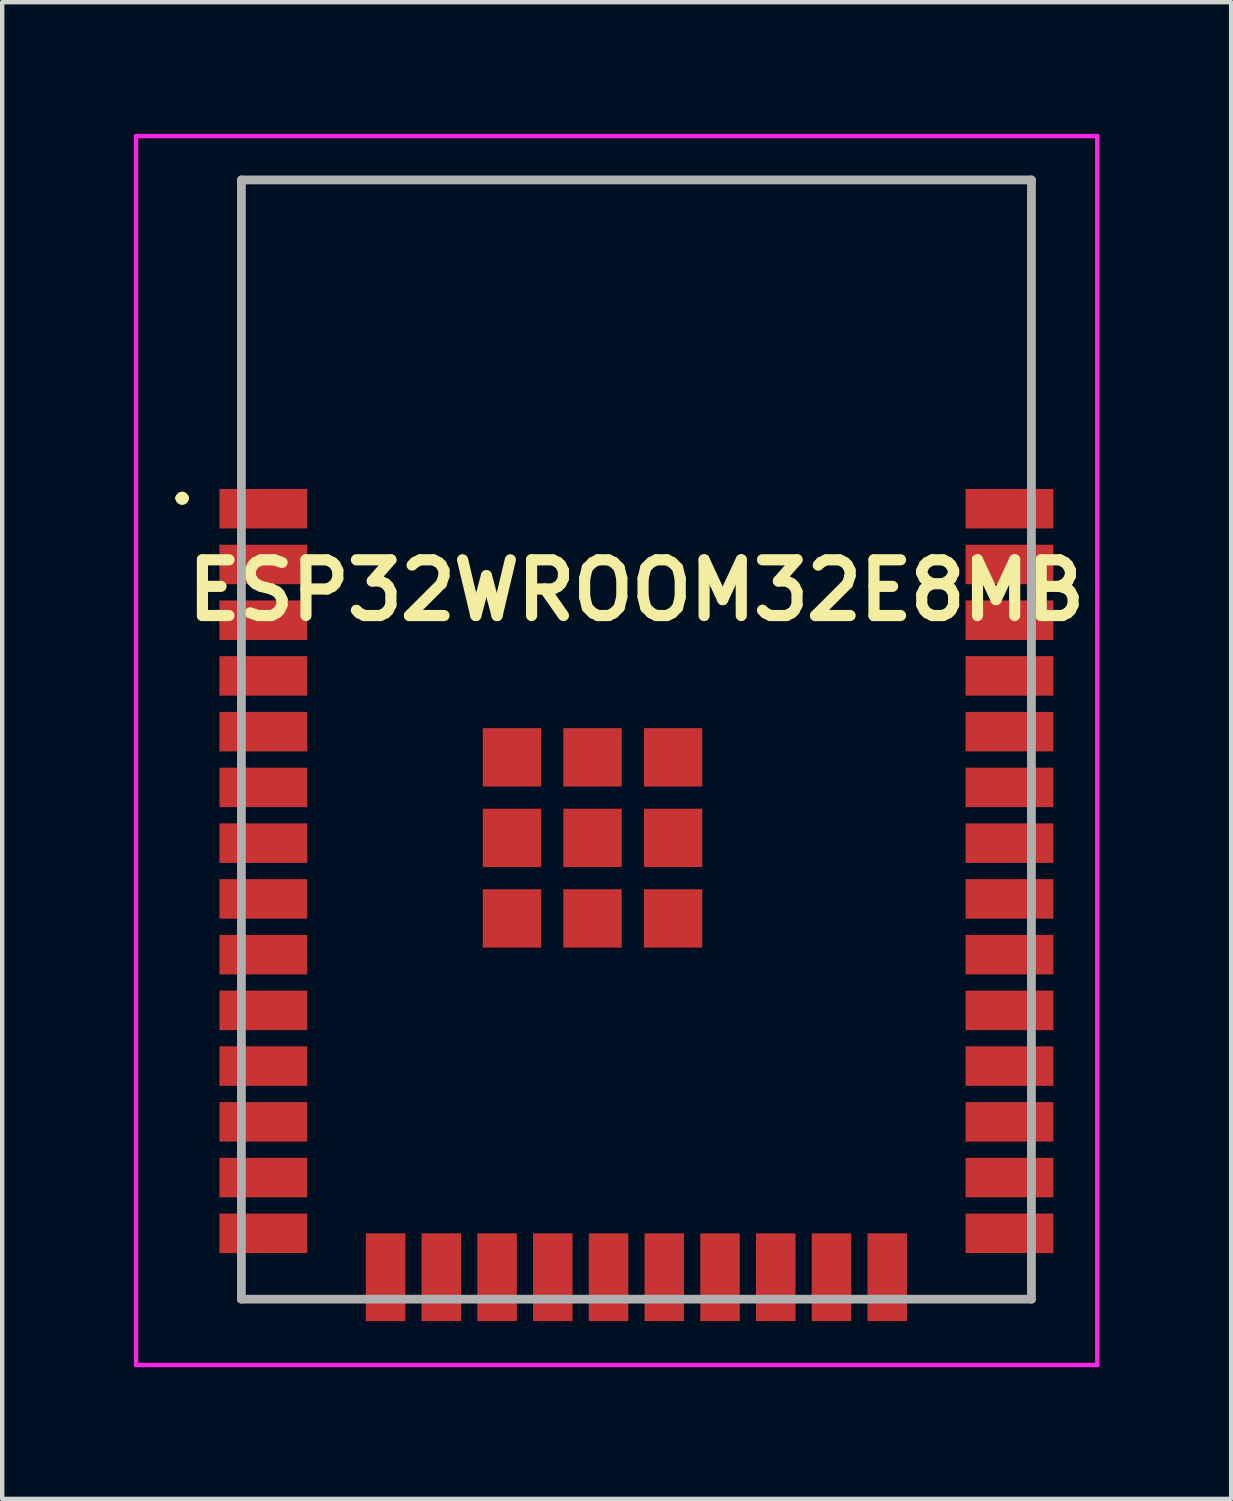
<source format=kicad_pcb>
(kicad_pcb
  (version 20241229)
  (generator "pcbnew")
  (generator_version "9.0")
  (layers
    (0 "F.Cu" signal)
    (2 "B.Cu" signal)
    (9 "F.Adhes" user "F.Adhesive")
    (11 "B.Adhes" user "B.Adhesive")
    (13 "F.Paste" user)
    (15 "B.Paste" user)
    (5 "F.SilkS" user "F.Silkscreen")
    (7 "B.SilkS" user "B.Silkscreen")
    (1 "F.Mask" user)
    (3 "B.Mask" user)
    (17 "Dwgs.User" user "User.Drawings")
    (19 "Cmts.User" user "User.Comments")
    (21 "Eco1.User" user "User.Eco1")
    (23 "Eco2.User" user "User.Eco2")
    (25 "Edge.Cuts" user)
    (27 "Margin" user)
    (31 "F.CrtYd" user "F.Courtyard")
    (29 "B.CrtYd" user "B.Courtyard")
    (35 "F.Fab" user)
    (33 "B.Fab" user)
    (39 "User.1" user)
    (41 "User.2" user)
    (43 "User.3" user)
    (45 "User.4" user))
  (footprint "ESP32WROOM32E8MB"
    (layer "F.Cu")
    (at 11.45 13.8)
    (property "Reference" "ESP32WROOM32E8MB" (at 0 -3.4 0) (layer "F.SilkS") (effects (font (size 1.27 1.27) (thickness 0.254))))
    (attr smd)
    (fp_line (start -10.4 -5.5) (end -10.4 -5.5) (stroke (width 0.2) (type solid)) (layer "F.SilkS"))
    (fp_line (start -10.4 -5.5) (end -10.4 -5.5) (stroke (width 0.2) (type solid)) (layer "F.SilkS"))
    (fp_line (start -10.3 -5.5) (end -10.3 -5.5) (stroke (width 0.2) (type solid)) (layer "F.SilkS"))
    (fp_line (start -9 -12.75) (end -9 -12.75) (stroke (width 0.1) (type solid)) (layer "F.SilkS"))
    (fp_line (start -9 -12.75) (end -9 -12.75) (stroke (width 0.1) (type solid)) (layer "F.SilkS"))
    (fp_line (start -9 -12.75) (end -9 -6.25) (stroke (width 0.1) (type solid)) (layer "F.SilkS"))
    (fp_line (start -9 -12.75) (end 9 -12.75) (stroke (width 0.1) (type solid)) (layer "F.SilkS"))
    (fp_line (start -9 -6.25) (end -9 -12.75) (stroke (width 0.1) (type solid)) (layer "F.SilkS"))
    (fp_line (start -9 -6.25) (end -9 -6.25) (stroke (width 0.1) (type solid)) (layer "F.SilkS"))
    (fp_line (start -9 12.25) (end -9 12.25) (stroke (width 0.1) (type solid)) (layer "F.SilkS"))
    (fp_line (start -9 12.25) (end -9 12.75) (stroke (width 0.1) (type solid)) (layer "F.SilkS"))
    (fp_line (start -9 12.75) (end -9 12.25) (stroke (width 0.1) (type solid)) (layer "F.SilkS"))
    (fp_line (start -9 12.75) (end -9 12.75) (stroke (width 0.1) (type solid)) (layer "F.SilkS"))
    (fp_line (start -9 12.75) (end -9 12.75) (stroke (width 0.1) (type solid)) (layer "F.SilkS"))
    (fp_line (start -9 12.75) (end -6.75 12.75) (stroke (width 0.1) (type solid)) (layer "F.SilkS"))
    (fp_line (start -6.75 12.75) (end -9 12.75) (stroke (width 0.1) (type solid)) (layer "F.SilkS"))
    (fp_line (start -6.75 12.75) (end -6.75 12.75) (stroke (width 0.1) (type solid)) (layer "F.SilkS"))
    (fp_line (start 6.75 12.75) (end 6.75 12.75) (stroke (width 0.1) (type solid)) (layer "F.SilkS"))
    (fp_line (start 6.75 12.75) (end 9 12.75) (stroke (width 0.1) (type solid)) (layer "F.SilkS"))
    (fp_line (start 9 -12.75) (end -9 -12.75) (stroke (width 0.1) (type solid)) (layer "F.SilkS"))
    (fp_line (start 9 -12.75) (end 9 -12.75) (stroke (width 0.1) (type solid)) (layer "F.SilkS"))
    (fp_line (start 9 -12.75) (end 9 -12.75) (stroke (width 0.1) (type solid)) (layer "F.SilkS"))
    (fp_line (start 9 -12.75) (end 9 -6.5) (stroke (width 0.1) (type solid)) (layer "F.SilkS"))
    (fp_line (start 9 -6.5) (end 9 -12.75) (stroke (width 0.1) (type solid)) (layer "F.SilkS"))
    (fp_line (start 9 -6.5) (end 9 -6.5) (stroke (width 0.1) (type solid)) (layer "F.SilkS"))
    (fp_line (start 9 12.25) (end 9 12.25) (stroke (width 0.1) (type solid)) (layer "F.SilkS"))
    (fp_line (start 9 12.25) (end 9 12.75) (stroke (width 0.1) (type solid)) (layer "F.SilkS"))
    (fp_line (start 9 12.75) (end 6.75 12.75) (stroke (width 0.1) (type solid)) (layer "F.SilkS"))
    (fp_line (start 9 12.75) (end 9 12.25) (stroke (width 0.1) (type solid)) (layer "F.SilkS"))
    (fp_line (start 9 12.75) (end 9 12.75) (stroke (width 0.1) (type solid)) (layer "F.SilkS"))
    (fp_line (start 9 12.75) (end 9 12.75) (stroke (width 0.1) (type solid)) (layer "F.SilkS"))
    (fp_arc (start -10.4 -5.5) (mid -10.35 -5.55) (end -10.3 -5.5) (stroke (width 0.2) (type solid)) (layer "F.SilkS"))
    (fp_arc (start -10.3 -5.5) (mid -10.35 -5.45) (end -10.4 -5.5) (stroke (width 0.2) (type solid)) (layer "F.SilkS"))
    (fp_arc (start -10.3 -5.5) (mid -10.35 -5.45) (end -10.4 -5.5) (stroke (width 0.2) (type solid)) (layer "F.SilkS"))
    (fp_line (start -11.4 -13.75) (end 10.5 -13.75) (stroke (width 0.1) (type solid)) (layer "F.CrtYd"))
    (fp_line (start -11.4 14.25) (end -11.4 -13.75) (stroke (width 0.1) (type solid)) (layer "F.CrtYd"))
    (fp_line (start 10.5 -13.75) (end 10.5 14.25) (stroke (width 0.1) (type solid)) (layer "F.CrtYd"))
    (fp_line (start 10.5 14.25) (end -11.4 14.25) (stroke (width 0.1) (type solid)) (layer "F.CrtYd"))
    (fp_line (start -9 -12.75) (end -9 12.75) (stroke (width 0.2) (type solid)) (layer "F.Fab"))
    (fp_line (start -9 12.75) (end 9 12.75) (stroke (width 0.2) (type solid)) (layer "F.Fab"))
    (fp_line (start 9 -12.75) (end -9 -12.75) (stroke (width 0.2) (type solid)) (layer "F.Fab"))
    (fp_line (start 9 12.75) (end 9 -12.75) (stroke (width 0.2) (type solid)) (layer "F.Fab"))
    (pad "1" smd rect (at -8.5 -5.26 90) (size 0.9 2) (layers "F.Cu" "F.Mask" "F.Paste"))
    (pad "2" smd rect (at -8.5 -3.99 90) (size 0.9 2) (layers "F.Cu" "F.Mask" "F.Paste"))
    (pad "3" smd rect (at -8.5 -2.72 90) (size 0.9 2) (layers "F.Cu" "F.Mask" "F.Paste"))
    (pad "4" smd rect (at -8.5 -1.45 90) (size 0.9 2) (layers "F.Cu" "F.Mask" "F.Paste"))
    (pad "5" smd rect (at -8.5 -0.18 90) (size 0.9 2) (layers "F.Cu" "F.Mask" "F.Paste"))
    (pad "6" smd rect (at -8.5 1.09 90) (size 0.9 2) (layers "F.Cu" "F.Mask" "F.Paste"))
    (pad "7" smd rect (at -8.5 2.36 90) (size 0.9 2) (layers "F.Cu" "F.Mask" "F.Paste"))
    (pad "8" smd rect (at -8.5 3.63 90) (size 0.9 2) (layers "F.Cu" "F.Mask" "F.Paste"))
    (pad "9" smd rect (at -8.5 4.9 90) (size 0.9 2) (layers "F.Cu" "F.Mask" "F.Paste"))
    (pad "10" smd rect (at -8.5 6.17 90) (size 0.9 2) (layers "F.Cu" "F.Mask" "F.Paste"))
    (pad "11" smd rect (at -8.5 7.44 90) (size 0.9 2) (layers "F.Cu" "F.Mask" "F.Paste"))
    (pad "12" smd rect (at -8.5 8.71 90) (size 0.9 2) (layers "F.Cu" "F.Mask" "F.Paste"))
    (pad "13" smd rect (at -8.5 9.98 90) (size 0.9 2) (layers "F.Cu" "F.Mask" "F.Paste"))
    (pad "14" smd rect (at -8.5 11.25 90) (size 0.9 2) (layers "F.Cu" "F.Mask" "F.Paste"))
    (pad "15" smd rect (at -5.715 12.25) (size 0.9 2) (layers "F.Cu" "F.Mask" "F.Paste"))
    (pad "16" smd rect (at -4.445 12.25) (size 0.9 2) (layers "F.Cu" "F.Mask" "F.Paste"))
    (pad "17" smd rect (at -3.175 12.25) (size 0.9 2) (layers "F.Cu" "F.Mask" "F.Paste"))
    (pad "18" smd rect (at -1.905 12.25) (size 0.9 2) (layers "F.Cu" "F.Mask" "F.Paste"))
    (pad "19" smd rect (at -0.635 12.25) (size 0.9 2) (layers "F.Cu" "F.Mask" "F.Paste"))
    (pad "20" smd rect (at 0.635 12.25) (size 0.9 2) (layers "F.Cu" "F.Mask" "F.Paste"))
    (pad "21" smd rect (at 1.905 12.25) (size 0.9 2) (layers "F.Cu" "F.Mask" "F.Paste"))
    (pad "22" smd rect (at 3.175 12.25) (size 0.9 2) (layers "F.Cu" "F.Mask" "F.Paste"))
    (pad "23" smd rect (at 4.445 12.25) (size 0.9 2) (layers "F.Cu" "F.Mask" "F.Paste"))
    (pad "24" smd rect (at 5.715 12.25) (size 0.9 2) (layers "F.Cu" "F.Mask" "F.Paste"))
    (pad "25" smd rect (at 8.5 11.25 90) (size 0.9 2) (layers "F.Cu" "F.Mask" "F.Paste"))
    (pad "26" smd rect (at 8.5 9.98 90) (size 0.9 2) (layers "F.Cu" "F.Mask" "F.Paste"))
    (pad "27" smd rect (at 8.5 8.71 90) (size 0.9 2) (layers "F.Cu" "F.Mask" "F.Paste"))
    (pad "28" smd rect (at 8.5 7.44 90) (size 0.9 2) (layers "F.Cu" "F.Mask" "F.Paste"))
    (pad "29" smd rect (at 8.5 6.17 90) (size 0.9 2) (layers "F.Cu" "F.Mask" "F.Paste"))
    (pad "30" smd rect (at 8.5 4.9 90) (size 0.9 2) (layers "F.Cu" "F.Mask" "F.Paste"))
    (pad "31" smd rect (at 8.5 3.63 90) (size 0.9 2) (layers "F.Cu" "F.Mask" "F.Paste"))
    (pad "32" smd rect (at 8.5 2.36 90) (size 0.9 2) (layers "F.Cu" "F.Mask" "F.Paste"))
    (pad "33" smd rect (at 8.5 1.09 90) (size 0.9 2) (layers "F.Cu" "F.Mask" "F.Paste"))
    (pad "34" smd rect (at 8.5 -0.18 90) (size 0.9 2) (layers "F.Cu" "F.Mask" "F.Paste"))
    (pad "35" smd rect (at 8.5 -1.45 90) (size 0.9 2) (layers "F.Cu" "F.Mask" "F.Paste"))
    (pad "36" smd rect (at 8.5 -2.72 90) (size 0.9 2) (layers "F.Cu" "F.Mask" "F.Paste"))
    (pad "37" smd rect (at 8.5 -3.99 90) (size 0.9 2) (layers "F.Cu" "F.Mask" "F.Paste"))
    (pad "38" smd rect (at 8.5 -5.26 90) (size 0.9 2) (layers "F.Cu" "F.Mask" "F.Paste"))
    (pad "39" smd rect (at -2.835 0.405 90) (size 1.33 1.33) (layers "F.Cu" "F.Mask" "F.Paste"))
    (pad "40" smd rect (at -1 0.405 90) (size 1.33 1.33) (layers "F.Cu" "F.Mask" "F.Paste"))
    (pad "41" smd rect (at 0.835 0.405 90) (size 1.33 1.33) (layers "F.Cu" "F.Mask" "F.Paste"))
    (pad "42" smd rect (at -2.835 2.24 90) (size 1.33 1.33) (layers "F.Cu" "F.Mask" "F.Paste"))
    (pad "43" smd rect (at -1 2.24 90) (size 1.33 1.33) (layers "F.Cu" "F.Mask" "F.Paste"))
    (pad "44" smd rect (at 0.835 2.24 90) (size 1.33 1.33) (layers "F.Cu" "F.Mask" "F.Paste"))
    (pad "45" smd rect (at -2.835 4.075 90) (size 1.33 1.33) (layers "F.Cu" "F.Mask" "F.Paste"))
    (pad "46" smd rect (at -1 4.075 90) (size 1.33 1.33) (layers "F.Cu" "F.Mask" "F.Paste"))
    (pad "47" smd rect (at 0.835 4.075 90) (size 1.33 1.33) (layers "F.Cu" "F.Mask" "F.Paste")))
  (gr_rect
    (start -3 -3)
    (end 25 31.1)
    (stroke (width 0.1) (type default))
    (fill no)
    (layer "Edge.Cuts")))
</source>
